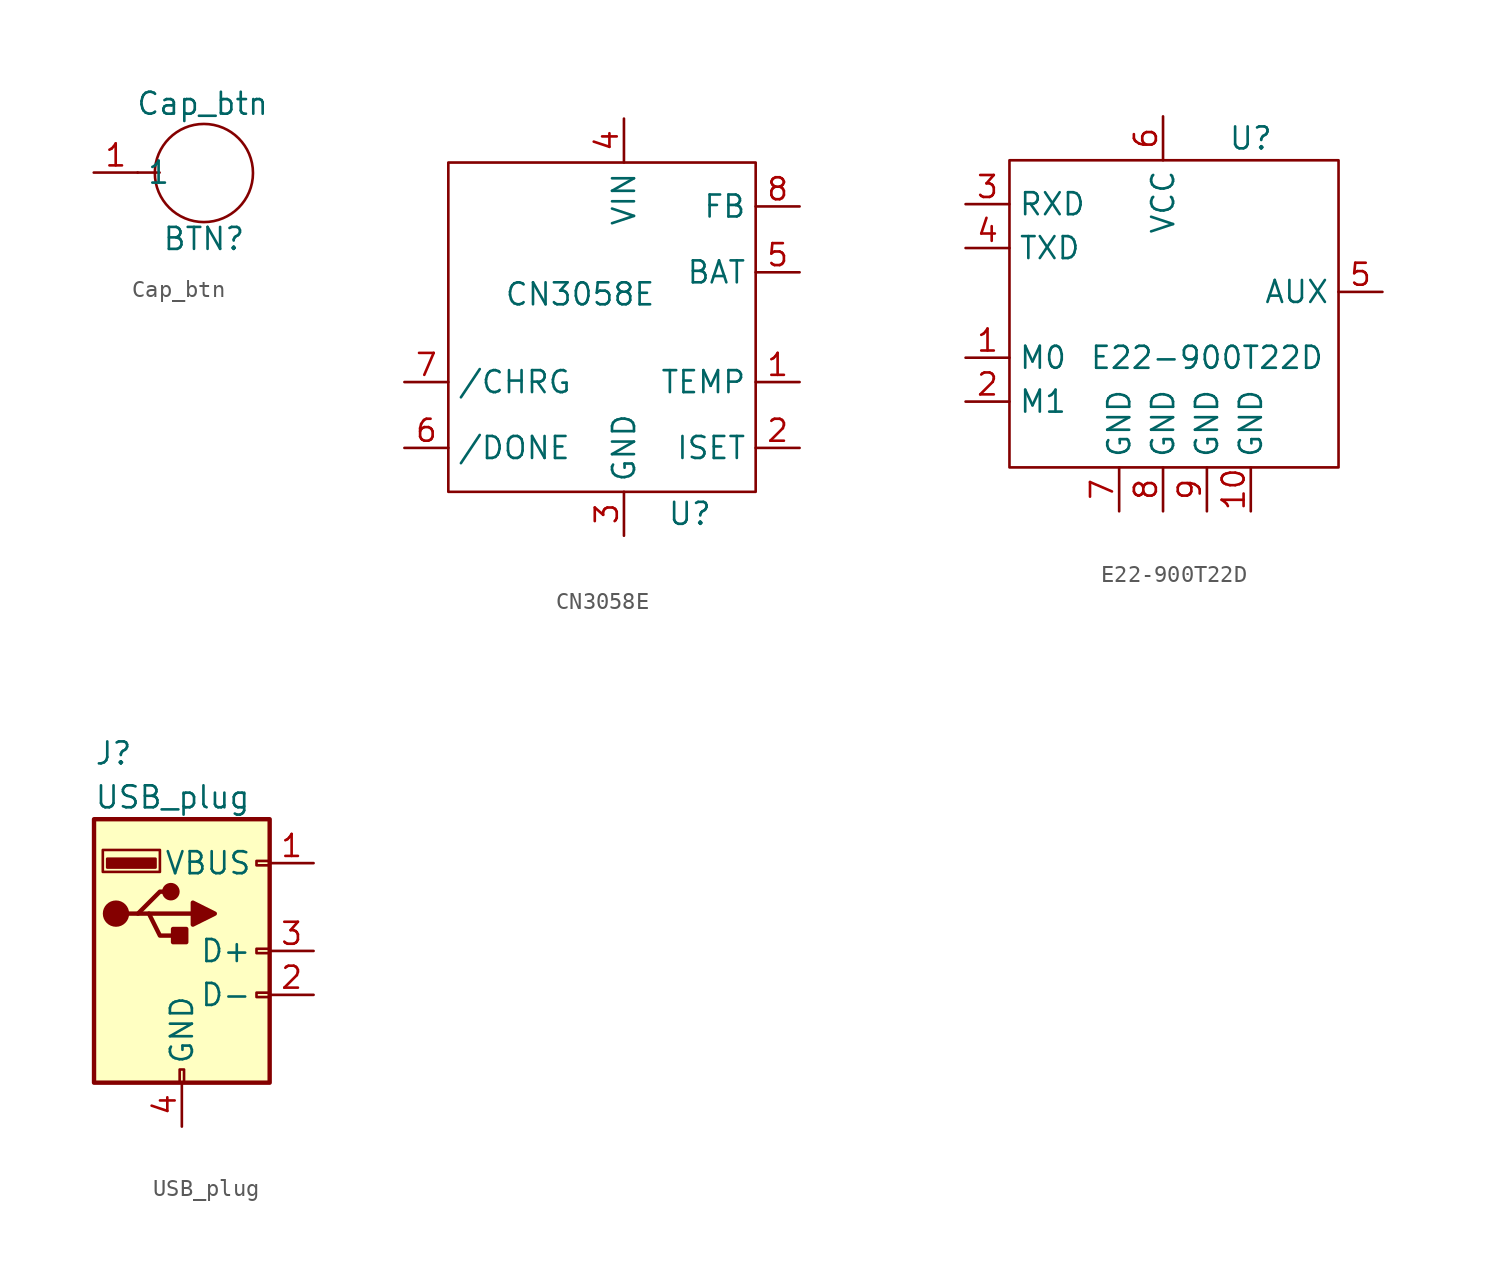
<source format=kicad_sym>
(kicad_symbol_lib
  (version 20211014)
  (generator kicad_symbol_editor)
  (symbol "Cap_btn"
    (property "Reference" "BTN"
      (at 0.025 -3.835 0)
      (effects (font (size 1.27 1.27))))
    (property "Value" "Cap_btn"
      (at -0.051 3.988 0)
      (effects (font (size 1.27 1.27))))
    (symbol "Cap_btn_0_1"
      (polyline (pts (xy -3.81 0) (xy -2.54 0)) (stroke (width 0.152) (type default) (color 0 0 0 0)) (fill (type none)))
      (circle (center 0.025 -0.025) (radius 2.84) (stroke (width 0.152) (type default) (color 0 0 0 0)) (fill (type none))))
    (symbol "Cap_btn_1_1"
      (pin input line (at -6.35 0 0) (length 2.54) (name "1" (effects (font (size 1.27 1.27)))) (number "1" (effects (font (size 1.27 1.27)))))))
  (symbol "CN3058E"
    (property "Reference" "U"
      (at 3.81 -10.16 0)
      (effects (font (size 1.27 1.27))))
    (property "Value" "CN3058E"
      (at -2.54 2.54 0)
      (effects (font (size 1.27 1.27))))
    (symbol "CN3058E_0_1"
      (rectangle (start 7.62 10.16) (end -10.16 -8.89) (stroke (width 0.152) (type default) (color 0 0 0 0)) (fill (type none))))
    (symbol "CN3058E_1_1"
      (pin input line (at 10.16 -2.54 180) (length 2.54) (name "TEMP" (effects (font (size 1.27 1.27)))) (number "1" (effects (font (size 1.27 1.27)))))
      (pin input line (at 10.16 -6.35 180) (length 2.54) (name "ISET" (effects (font (size 1.27 1.27)))) (number "2" (effects (font (size 1.27 1.27)))))
      (pin input line (at 0 -11.43 90) (length 2.54) (name "GND" (effects (font (size 1.27 1.27)))) (number "3" (effects (font (size 1.27 1.27)))))
      (pin input line (at 0 12.7 270) (length 2.54) (name "VIN" (effects (font (size 1.27 1.27)))) (number "4" (effects (font (size 1.27 1.27)))))
      (pin input line (at 10.16 3.81 180) (length 2.54) (name "BAT" (effects (font (size 1.27 1.27)))) (number "5" (effects (font (size 1.27 1.27)))))
      (pin input line (at -12.7 -6.35 0) (length 2.54) (name "/DONE" (effects (font (size 1.27 1.27)))) (number "6" (effects (font (size 1.27 1.27)))))
      (pin input line (at -12.7 -2.54 0) (length 2.54) (name "/CHRG" (effects (font (size 1.27 1.27)))) (number "7" (effects (font (size 1.27 1.27)))))
      (pin input line (at 10.16 7.62 180) (length 2.54) (name "FB" (effects (font (size 1.27 1.27)))) (number "8" (effects (font (size 1.27 1.27)))))))
  (symbol "E22-900T22D"
    (property "Reference" "U"
      (at 1.27 10.16 0)
      (effects (font (size 1.27 1.27))))
    (property "Value" "E22-900T22D"
      (at -1.27 -2.54 0)
      (effects (font (size 1.27 1.27))))
    (symbol "E22-900T22D_0_1"
      (rectangle (start -12.7 -8.89) (end 6.35 8.89) (stroke (width 0.152) (type default) (color 0 0 0 0)) (fill (type none))))
    (symbol "E22-900T22D_1_1"
      (pin input line (at -15.24 -2.54 0) (length 2.54) (name "M0" (effects (font (size 1.27 1.27)))) (number "1" (effects (font (size 1.27 1.27)))))
      (pin input line (at 1.27 -11.43 90) (length 2.54) (name "GND" (effects (font (size 1.27 1.27)))) (number "10" (effects (font (size 1.27 1.27)))))
      (pin input line (at -15.24 -5.08 0) (length 2.54) (name "M1" (effects (font (size 1.27 1.27)))) (number "2" (effects (font (size 1.27 1.27)))))
      (pin input line (at -15.24 6.35 0) (length 2.54) (name "RXD" (effects (font (size 1.27 1.27)))) (number "3" (effects (font (size 1.27 1.27)))))
      (pin input line (at -15.24 3.81 0) (length 2.54) (name "TXD" (effects (font (size 1.27 1.27)))) (number "4" (effects (font (size 1.27 1.27)))))
      (pin input line (at 8.89 1.27 180) (length 2.54) (name "AUX" (effects (font (size 1.27 1.27)))) (number "5" (effects (font (size 1.27 1.27)))))
      (pin input line (at -3.81 11.43 270) (length 2.54) (name "VCC" (effects (font (size 1.27 1.27)))) (number "6" (effects (font (size 1.27 1.27)))))
      (pin input line (at -6.35 -11.43 90) (length 2.54) (name "GND" (effects (font (size 1.27 1.27)))) (number "7" (effects (font (size 1.27 1.27)))))
      (pin input line (at -3.81 -11.43 90) (length 2.54) (name "GND" (effects (font (size 1.27 1.27)))) (number "8" (effects (font (size 1.27 1.27)))))
      (pin input line (at -1.27 -11.43 90) (length 2.54) (name "GND" (effects (font (size 1.27 1.27)))) (number "9" (effects (font (size 1.27 1.27)))))))
  (symbol "USB_plug"
    (pin_names
      (offset 1.016))
    (property "Reference" "J"
      (at -5.08 11.43 0)
      (effects (font (size 1.27 1.27)) (justify left)))
    (property "Value" "USB_plug"
      (at -5.08 8.89 0)
      (effects (font (size 1.27 1.27)) (justify left)))
    (symbol "USB_plug_0_1"
      (rectangle (start -5.08 -7.62) (end 5.08 7.62) (stroke (width 0.254) (type default) (color 0 0 0 0)) (fill (type background)))
      (circle (center -3.81 2.159) (radius 0.635) (stroke (width 0.254) (type default) (color 0 0 0 0)) (fill (type outline)))
      (rectangle (start -1.524 4.826) (end -4.318 5.334) (stroke (width 0) (type default) (color 0 0 0 0)) (fill (type outline)))
      (rectangle (start -1.27 4.572) (end -4.572 5.842) (stroke (width 0) (type default) (color 0 0 0 0)) (fill (type none)))
      (circle (center -0.635 3.429) (radius 0.381) (stroke (width 0.254) (type default) (color 0 0 0 0)) (fill (type outline)))
      (rectangle (start -0.127 -7.62) (end 0.127 -6.858) (stroke (width 0) (type default) (color 0 0 0 0)) (fill (type none)))
      (polyline (pts (xy -3.175 2.159) (xy -2.54 2.159) (xy -1.27 3.429) (xy -0.635 3.429)) (stroke (width 0.254) (type default) (color 0 0 0 0)) (fill (type none)))
      (polyline (pts (xy -2.54 2.159) (xy -1.905 2.159) (xy -1.27 0.889) (xy 0 0.889)) (stroke (width 0.254) (type default) (color 0 0 0 0)) (fill (type none)))
      (polyline (pts (xy 0.635 2.794) (xy 0.635 1.524) (xy 1.905 2.159) (xy 0.635 2.794)) (stroke (width 0.254) (type default) (color 0 0 0 0)) (fill (type outline)))
      (rectangle (start 0.254 1.27) (end -0.508 0.508) (stroke (width 0.254) (type default) (color 0 0 0 0)) (fill (type outline)))
      (rectangle (start 5.08 -2.667) (end 4.318 -2.413) (stroke (width 0) (type default) (color 0 0 0 0)) (fill (type none)))
      (rectangle (start 5.08 -0.127) (end 4.318 0.127) (stroke (width 0) (type default) (color 0 0 0 0)) (fill (type none)))
      (rectangle (start 5.08 4.953) (end 4.318 5.207) (stroke (width 0) (type default) (color 0 0 0 0)) (fill (type none))))
    (symbol "USB_plug_1_1"
      (polyline (pts (xy -1.905 2.159) (xy 0.635 2.159)) (stroke (width 0.254) (type default) (color 0 0 0 0)) (fill (type none)))
      (pin power_in line (at 7.62 5.08 180) (length 2.54) (name "VBUS" (effects (font (size 1.27 1.27)))) (number "1" (effects (font (size 1.27 1.27)))))
      (pin bidirectional line (at 7.62 -2.54 180) (length 2.54) (name "D-" (effects (font (size 1.27 1.27)))) (number "2" (effects (font (size 1.27 1.27)))))
      (pin bidirectional line (at 7.62 0 180) (length 2.54) (name "D+" (effects (font (size 1.27 1.27)))) (number "3" (effects (font (size 1.27 1.27)))))
      (pin power_in line (at 0 -10.16 90) (length 2.54) (name "GND" (effects (font (size 1.27 1.27)))) (number "4" (effects (font (size 1.27 1.27))))))))
</source>
